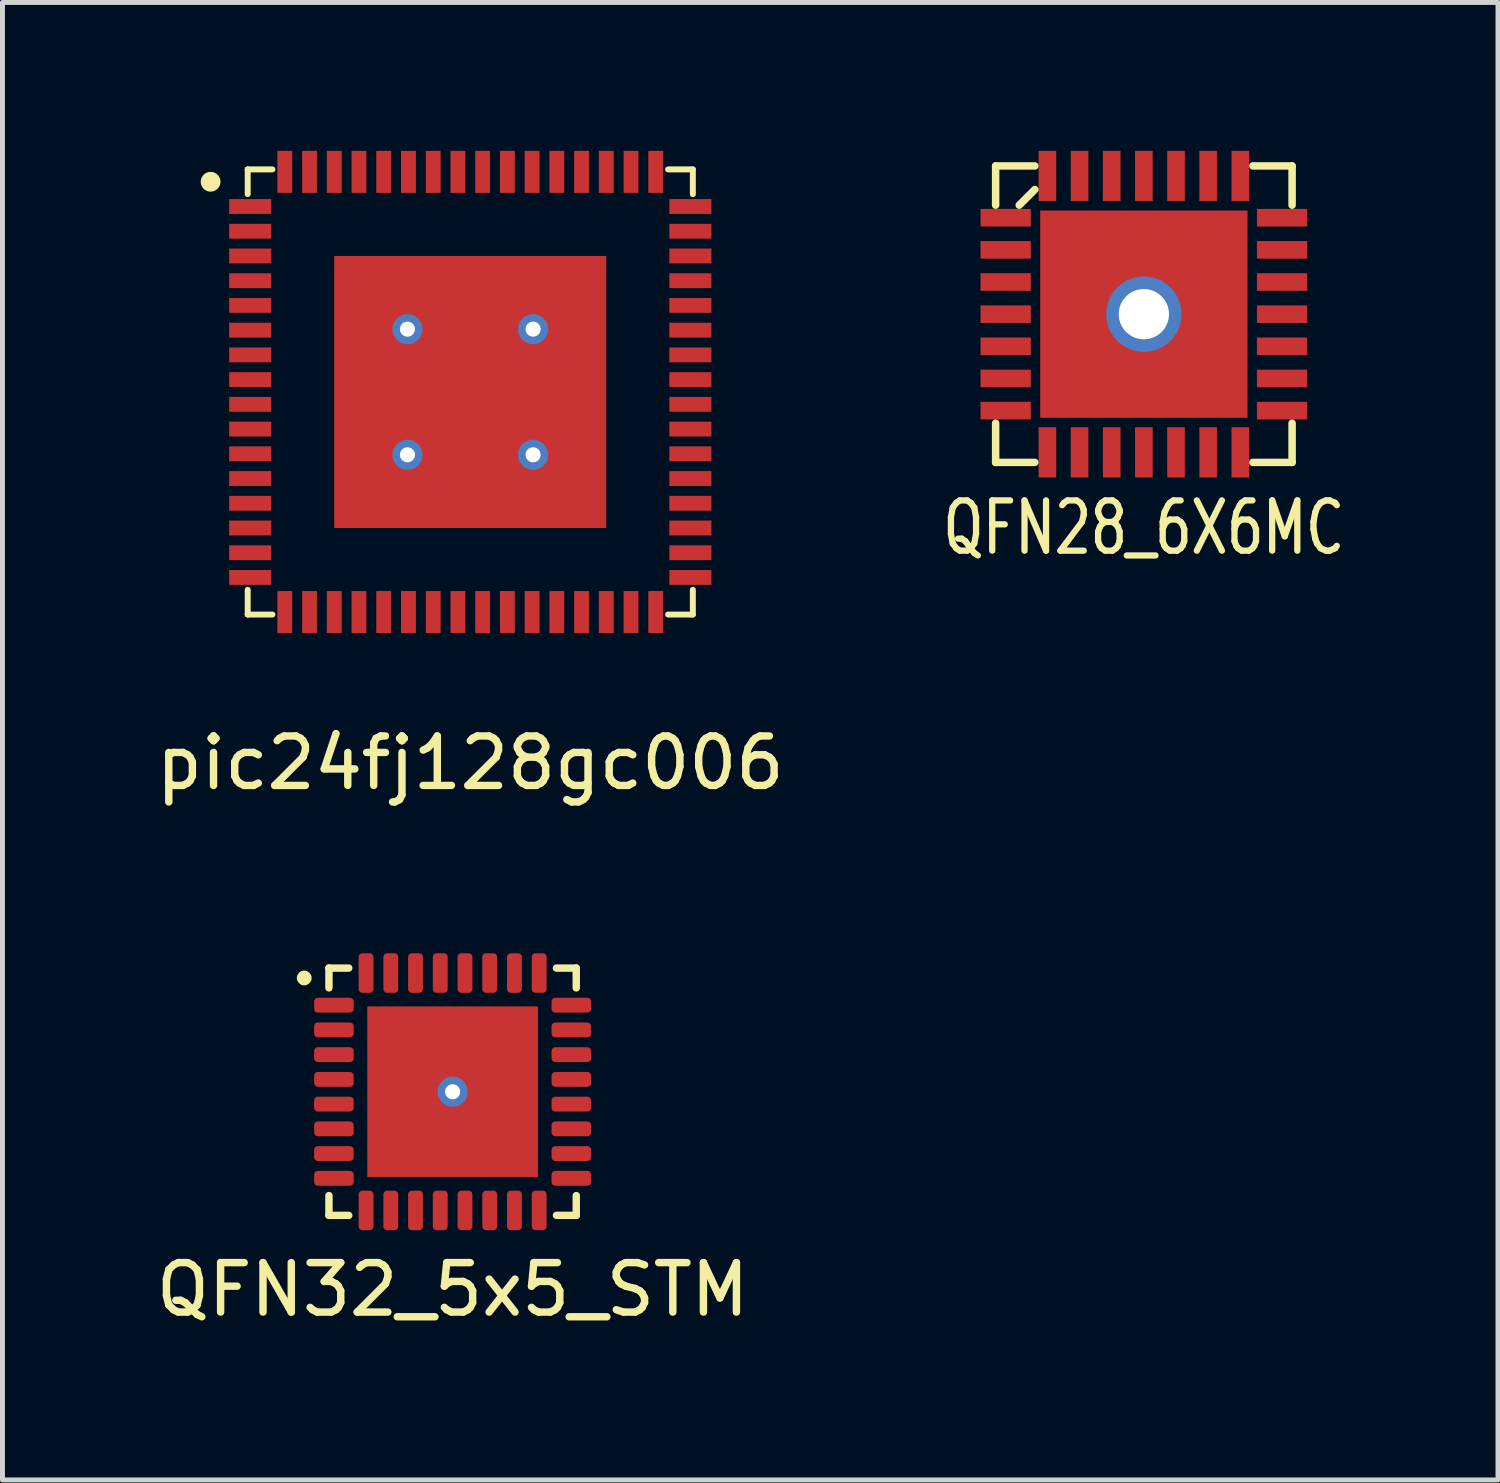
<source format=kicad_pcb>
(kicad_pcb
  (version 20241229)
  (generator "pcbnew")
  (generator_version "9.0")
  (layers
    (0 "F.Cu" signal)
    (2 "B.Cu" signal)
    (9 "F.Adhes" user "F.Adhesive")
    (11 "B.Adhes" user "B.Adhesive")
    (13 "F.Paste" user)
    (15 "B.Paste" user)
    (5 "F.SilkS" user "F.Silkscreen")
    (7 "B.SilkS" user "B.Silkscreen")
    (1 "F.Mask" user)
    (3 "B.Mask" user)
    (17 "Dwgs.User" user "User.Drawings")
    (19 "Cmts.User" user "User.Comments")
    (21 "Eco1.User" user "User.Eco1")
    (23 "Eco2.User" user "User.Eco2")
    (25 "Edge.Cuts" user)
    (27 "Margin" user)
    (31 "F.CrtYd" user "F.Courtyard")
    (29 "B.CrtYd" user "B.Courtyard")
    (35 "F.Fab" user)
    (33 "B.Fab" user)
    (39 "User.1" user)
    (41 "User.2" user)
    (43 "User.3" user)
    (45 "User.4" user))
  (footprint "QFN28_6X6MC"
    (layer "F.Cu")
    (at 20.077 3.302)
    (property "Reference" "QFN28_6X6MC" (at 0 4.318 0) (layer "F.SilkS") (effects (font (size 1.016 0.762) (thickness 0.127))))
    (attr smd)
    (fp_line (start -2.997 -2.997) (end -2.997 -2.204) (stroke (width 0.152) (type solid)) (layer "F.SilkS"))
    (fp_line (start -2.997 2.204) (end -2.997 2.997) (stroke (width 0.152) (type solid)) (layer "F.SilkS"))
    (fp_line (start -2.997 2.997) (end -2.204 2.997) (stroke (width 0.152) (type solid)) (layer "F.SilkS"))
    (fp_line (start -2.52 -2.204) (end -2.204 -2.52) (stroke (width 0.152) (type solid)) (layer "F.SilkS"))
    (fp_line (start -2.204 -2.997) (end -2.997 -2.997) (stroke (width 0.152) (type solid)) (layer "F.SilkS"))
    (fp_line (start 2.204 2.997) (end 2.997 2.997) (stroke (width 0.152) (type solid)) (layer "F.SilkS"))
    (fp_line (start 2.997 -2.997) (end 2.204 -2.997) (stroke (width 0.152) (type solid)) (layer "F.SilkS"))
    (fp_line (start 2.997 -2.204) (end 2.997 -2.997) (stroke (width 0.152) (type solid)) (layer "F.SilkS"))
    (fp_line (start 2.997 2.997) (end 2.997 2.204) (stroke (width 0.152) (type solid)) (layer "F.SilkS"))
    (pad "1" smd rect (at -2.794 -1.95) (size 1.016 0.356) (layers "F.Cu" "F.Mask" "F.Paste"))
    (pad "2" smd rect (at -2.794 -1.3) (size 1.016 0.356) (layers "F.Cu" "F.Mask" "F.Paste"))
    (pad "3" smd rect (at -2.794 -0.65) (size 1.016 0.356) (layers "F.Cu" "F.Mask" "F.Paste"))
    (pad "4" smd rect (at -2.794 0) (size 1.016 0.356) (layers "F.Cu" "F.Mask" "F.Paste"))
    (pad "5" smd rect (at -2.794 0.65) (size 1.016 0.356) (layers "F.Cu" "F.Mask" "F.Paste"))
    (pad "6" smd rect (at -2.794 1.3) (size 1.016 0.356) (layers "F.Cu" "F.Mask" "F.Paste"))
    (pad "7" smd rect (at -2.794 1.95) (size 1.016 0.356) (layers "F.Cu" "F.Mask" "F.Paste"))
    (pad "8" smd rect (at -1.95 2.794 270) (size 1.016 0.356) (layers "F.Cu" "F.Mask" "F.Paste"))
    (pad "9" smd rect (at -1.3 2.794 270) (size 1.016 0.356) (layers "F.Cu" "F.Mask" "F.Paste"))
    (pad "10" smd rect (at -0.65 2.794 270) (size 1.016 0.356) (layers "F.Cu" "F.Mask" "F.Paste"))
    (pad "11" smd rect (at 0 2.794 270) (size 1.016 0.356) (layers "F.Cu" "F.Mask" "F.Paste"))
    (pad "12" smd rect (at 0.65 2.794 270) (size 1.016 0.356) (layers "F.Cu" "F.Mask" "F.Paste"))
    (pad "13" smd rect (at 1.3 2.794 270) (size 1.016 0.356) (layers "F.Cu" "F.Mask" "F.Paste"))
    (pad "14" smd rect (at 1.95 2.794 270) (size 1.016 0.356) (layers "F.Cu" "F.Mask" "F.Paste"))
    (pad "15" smd rect (at 2.794 1.95) (size 1.016 0.356) (layers "F.Cu" "F.Mask" "F.Paste"))
    (pad "16" smd rect (at 2.794 1.3) (size 1.016 0.356) (layers "F.Cu" "F.Mask" "F.Paste"))
    (pad "17" smd rect (at 2.794 0.65) (size 1.016 0.356) (layers "F.Cu" "F.Mask" "F.Paste"))
    (pad "18" smd rect (at 2.794 0) (size 1.016 0.356) (layers "F.Cu" "F.Mask" "F.Paste"))
    (pad "19" smd rect (at 2.794 -0.65) (size 1.016 0.356) (layers "F.Cu" "F.Mask" "F.Paste"))
    (pad "20" smd rect (at 2.794 -1.3) (size 1.016 0.356) (layers "F.Cu" "F.Mask" "F.Paste"))
    (pad "21" smd rect (at 2.794 -1.95) (size 1.016 0.356) (layers "F.Cu" "F.Mask" "F.Paste"))
    (pad "22" smd rect (at 1.95 -2.794 270) (size 1.016 0.356) (layers "F.Cu" "F.Mask" "F.Paste"))
    (pad "23" smd rect (at 1.3 -2.794 270) (size 1.016 0.356) (layers "F.Cu" "F.Mask" "F.Paste"))
    (pad "24" smd rect (at 0.65 -2.794 270) (size 1.016 0.356) (layers "F.Cu" "F.Mask" "F.Paste"))
    (pad "25" smd rect (at 0 -2.794 270) (size 1.016 0.356) (layers "F.Cu" "F.Mask" "F.Paste"))
    (pad "26" smd rect (at -0.65 -2.794 270) (size 1.016 0.356) (layers "F.Cu" "F.Mask" "F.Paste"))
    (pad "27" smd rect (at -1.3 -2.794 270) (size 1.016 0.356) (layers "F.Cu" "F.Mask" "F.Paste"))
    (pad "28" smd rect (at -1.95 -2.794 270) (size 1.016 0.356) (layers "F.Cu" "F.Mask" "F.Paste"))
    (pad "29" thru_hole circle (at 0 0) (size 1.524 1.524) (drill 1.016) (layers "*.Cu" "*.Mask"))
    (pad "29" smd rect (at 0 0) (size 4.191 4.191) (layers "F.Cu" "F.Mask" "F.Paste")))
  (footprint "pic24fj128gc006"
    (layer "F.Cu")
    (at 6.458 4.875)
    (property "Reference" "pic24fj128gc006" (at 0 7.5 0) (layer "F.SilkS") (effects (font (size 1 1) (thickness 0.15))))
    (attr smd)
    (fp_line (start -4.5 -4.5) (end -4 -4.5) (stroke (width 0.12) (type solid)) (layer "F.SilkS"))
    (fp_line (start -4.5 -4) (end -4.5 -4.5) (stroke (width 0.12) (type solid)) (layer "F.SilkS"))
    (fp_line (start -4.5 4) (end -4.5 4.5) (stroke (width 0.12) (type solid)) (layer "F.SilkS"))
    (fp_line (start -4.5 4.5) (end -4 4.5) (stroke (width 0.12) (type solid)) (layer "F.SilkS"))
    (fp_line (start 4 -4.5) (end 4.5 -4.5) (stroke (width 0.12) (type solid)) (layer "F.SilkS"))
    (fp_line (start 4 4.5) (end 4.5 4.5) (stroke (width 0.12) (type solid)) (layer "F.SilkS"))
    (fp_line (start 4.5 -4) (end 4.5 -4.5) (stroke (width 0.12) (type solid)) (layer "F.SilkS"))
    (fp_line (start 4.5 4) (end 4.5 4.5) (stroke (width 0.12) (type solid)) (layer "F.SilkS"))
    (fp_circle (center -5.25 -4.25) (end -5.15 -4.25) (stroke (width 0.2) (type solid)) (fill no) (layer "F.SilkS"))
    (fp_poly (pts (xy -0.25 -0.25) (xy -2.5 -0.25) (xy -2.5 -2.5) (xy -0.25 -2.5)) (stroke (width 0.1) (type solid)) (fill yes) (layer "F.Paste"))
    (fp_poly (pts (xy -0.25 2.5) (xy -2.5 2.5) (xy -2.5 0.25) (xy -0.25 0.25)) (stroke (width 0.1) (type solid)) (fill yes) (layer "F.Paste"))
    (fp_poly (pts (xy 2.5 -0.25) (xy 0.25 -0.25) (xy 0.25 -2.5) (xy 2.5 -2.5)) (stroke (width 0.1) (type solid)) (fill yes) (layer "F.Paste"))
    (fp_poly (pts (xy 2.5 2.5) (xy 0.25 2.5) (xy 0.25 0.25) (xy 2.5 0.25)) (stroke (width 0.1) (type solid)) (fill yes) (layer "F.Paste"))
    (pad "1" smd rect (at -4.45 -3.75) (size 0.85 0.3) (layers "F.Cu" "F.Mask" "F.Paste"))
    (pad "2" smd rect (at -4.45 -3.25) (size 0.85 0.3) (layers "F.Cu" "F.Mask" "F.Paste"))
    (pad "3" smd rect (at -4.45 -2.75) (size 0.85 0.3) (layers "F.Cu" "F.Mask" "F.Paste"))
    (pad "4" smd rect (at -4.45 -2.25) (size 0.85 0.3) (layers "F.Cu" "F.Mask" "F.Paste"))
    (pad "5" smd rect (at -4.45 -1.75) (size 0.85 0.3) (layers "F.Cu" "F.Mask" "F.Paste"))
    (pad "6" smd rect (at -4.45 -1.25) (size 0.85 0.3) (layers "F.Cu" "F.Mask" "F.Paste"))
    (pad "7" smd rect (at -4.45 -0.75) (size 0.85 0.3) (layers "F.Cu" "F.Mask" "F.Paste"))
    (pad "8" smd rect (at -4.45 -0.25) (size 0.85 0.3) (layers "F.Cu" "F.Mask" "F.Paste"))
    (pad "9" smd rect (at -4.45 0.25) (size 0.85 0.3) (layers "F.Cu" "F.Mask" "F.Paste"))
    (pad "10" smd rect (at -4.45 0.75) (size 0.85 0.3) (layers "F.Cu" "F.Mask" "F.Paste"))
    (pad "11" smd rect (at -4.45 1.25) (size 0.85 0.3) (layers "F.Cu" "F.Mask" "F.Paste"))
    (pad "12" smd rect (at -4.45 1.75) (size 0.85 0.3) (layers "F.Cu" "F.Mask" "F.Paste"))
    (pad "13" smd rect (at -4.45 2.25) (size 0.85 0.3) (layers "F.Cu" "F.Mask" "F.Paste"))
    (pad "14" smd rect (at -4.45 2.75) (size 0.85 0.3) (layers "F.Cu" "F.Mask" "F.Paste"))
    (pad "15" smd rect (at -4.45 3.25) (size 0.85 0.3) (layers "F.Cu" "F.Mask" "F.Paste"))
    (pad "16" smd rect (at -4.45 3.75) (size 0.85 0.3) (layers "F.Cu" "F.Mask" "F.Paste"))
    (pad "17" smd rect (at -3.75 4.45 270) (size 0.85 0.3) (layers "F.Cu" "F.Mask" "F.Paste"))
    (pad "18" smd rect (at -3.25 4.45 270) (size 0.85 0.3) (layers "F.Cu" "F.Mask" "F.Paste"))
    (pad "19" smd rect (at -2.75 4.45 270) (size 0.85 0.3) (layers "F.Cu" "F.Mask" "F.Paste"))
    (pad "20" smd rect (at -2.25 4.45 270) (size 0.85 0.3) (layers "F.Cu" "F.Mask" "F.Paste"))
    (pad "21" smd rect (at -1.75 4.45 270) (size 0.85 0.3) (layers "F.Cu" "F.Mask" "F.Paste"))
    (pad "22" smd rect (at -1.25 4.45 270) (size 0.85 0.3) (layers "F.Cu" "F.Mask" "F.Paste"))
    (pad "23" smd rect (at -0.75 4.45 270) (size 0.85 0.3) (layers "F.Cu" "F.Mask" "F.Paste"))
    (pad "24" smd rect (at -0.25 4.45 270) (size 0.85 0.3) (layers "F.Cu" "F.Mask" "F.Paste"))
    (pad "25" smd rect (at 0.25 4.45 270) (size 0.85 0.3) (layers "F.Cu" "F.Mask" "F.Paste"))
    (pad "26" smd rect (at 0.75 4.45 270) (size 0.85 0.3) (layers "F.Cu" "F.Mask" "F.Paste"))
    (pad "27" smd rect (at 1.25 4.45 270) (size 0.85 0.3) (layers "F.Cu" "F.Mask" "F.Paste"))
    (pad "28" smd rect (at 1.75 4.45 270) (size 0.85 0.3) (layers "F.Cu" "F.Mask" "F.Paste"))
    (pad "29" smd rect (at 2.25 4.45 270) (size 0.85 0.3) (layers "F.Cu" "F.Mask" "F.Paste"))
    (pad "30" smd rect (at 2.75 4.45 270) (size 0.85 0.3) (layers "F.Cu" "F.Mask" "F.Paste"))
    (pad "31" smd rect (at 3.25 4.45 270) (size 0.85 0.3) (layers "F.Cu" "F.Mask" "F.Paste"))
    (pad "32" smd rect (at 3.75 4.45 270) (size 0.85 0.3) (layers "F.Cu" "F.Mask" "F.Paste"))
    (pad "33" smd rect (at 4.45 3.75) (size 0.85 0.3) (layers "F.Cu" "F.Mask" "F.Paste"))
    (pad "34" smd rect (at 4.45 3.25) (size 0.85 0.3) (layers "F.Cu" "F.Mask" "F.Paste"))
    (pad "35" smd rect (at 4.45 2.75) (size 0.85 0.3) (layers "F.Cu" "F.Mask" "F.Paste"))
    (pad "36" smd rect (at 4.45 2.25) (size 0.85 0.3) (layers "F.Cu" "F.Mask" "F.Paste"))
    (pad "37" smd rect (at 4.45 1.75) (size 0.85 0.3) (layers "F.Cu" "F.Mask" "F.Paste"))
    (pad "38" smd rect (at 4.45 1.25) (size 0.85 0.3) (layers "F.Cu" "F.Mask" "F.Paste"))
    (pad "39" smd rect (at 4.45 0.75) (size 0.85 0.3) (layers "F.Cu" "F.Mask" "F.Paste"))
    (pad "40" smd rect (at 4.45 0.25) (size 0.85 0.3) (layers "F.Cu" "F.Mask" "F.Paste"))
    (pad "41" smd rect (at 4.45 -0.25) (size 0.85 0.3) (layers "F.Cu" "F.Mask" "F.Paste"))
    (pad "42" smd rect (at 4.45 -0.75) (size 0.85 0.3) (layers "F.Cu" "F.Mask" "F.Paste"))
    (pad "43" smd rect (at 4.45 -1.25) (size 0.85 0.3) (layers "F.Cu" "F.Mask" "F.Paste"))
    (pad "44" smd rect (at 4.45 -1.75) (size 0.85 0.3) (layers "F.Cu" "F.Mask" "F.Paste"))
    (pad "45" smd rect (at 4.45 -2.25) (size 0.85 0.3) (layers "F.Cu" "F.Mask" "F.Paste"))
    (pad "46" smd rect (at 4.45 -2.75) (size 0.85 0.3) (layers "F.Cu" "F.Mask" "F.Paste"))
    (pad "47" smd rect (at 4.45 -3.25) (size 0.85 0.3) (layers "F.Cu" "F.Mask" "F.Paste"))
    (pad "48" smd rect (at 4.45 -3.75) (size 0.85 0.3) (layers "F.Cu" "F.Mask" "F.Paste"))
    (pad "49" smd rect (at 3.75 -4.45 90) (size 0.85 0.3) (layers "F.Cu" "F.Mask" "F.Paste"))
    (pad "50" smd rect (at 3.25 -4.45 90) (size 0.85 0.3) (layers "F.Cu" "F.Mask" "F.Paste"))
    (pad "51" smd rect (at 2.75 -4.45 90) (size 0.85 0.3) (layers "F.Cu" "F.Mask" "F.Paste"))
    (pad "52" smd rect (at 2.25 -4.45 90) (size 0.85 0.3) (layers "F.Cu" "F.Mask" "F.Paste"))
    (pad "53" smd rect (at 1.75 -4.45 90) (size 0.85 0.3) (layers "F.Cu" "F.Mask" "F.Paste"))
    (pad "54" smd rect (at 1.25 -4.45 90) (size 0.85 0.3) (layers "F.Cu" "F.Mask" "F.Paste"))
    (pad "55" smd rect (at 0.75 -4.45 90) (size 0.85 0.3) (layers "F.Cu" "F.Mask" "F.Paste"))
    (pad "56" smd rect (at 0.25 -4.45 90) (size 0.85 0.3) (layers "F.Cu" "F.Mask" "F.Paste"))
    (pad "57" smd rect (at -0.25 -4.45 90) (size 0.85 0.3) (layers "F.Cu" "F.Mask" "F.Paste"))
    (pad "58" smd rect (at -0.75 -4.45 90) (size 0.85 0.3) (layers "F.Cu" "F.Mask" "F.Paste"))
    (pad "59" smd rect (at -1.25 -4.45 90) (size 0.85 0.3) (layers "F.Cu" "F.Mask" "F.Paste"))
    (pad "60" smd rect (at -1.75 -4.45 90) (size 0.85 0.3) (layers "F.Cu" "F.Mask" "F.Paste"))
    (pad "61" smd rect (at -2.25 -4.45 90) (size 0.85 0.3) (layers "F.Cu" "F.Mask" "F.Paste"))
    (pad "62" smd rect (at -2.75 -4.45 90) (size 0.85 0.3) (layers "F.Cu" "F.Mask" "F.Paste"))
    (pad "63" smd rect (at -3.25 -4.45 90) (size 0.85 0.3) (layers "F.Cu" "F.Mask" "F.Paste"))
    (pad "64" smd rect (at -3.75 -4.45 90) (size 0.85 0.3) (layers "F.Cu" "F.Mask" "F.Paste"))
    (pad "65" thru_hole circle (at -1.27 -1.27) (size 0.61 0.61) (drill 0.305) (layers "*.Cu" "F.Mask"))
    (pad "65" thru_hole circle (at -1.27 1.27) (size 0.61 0.61) (drill 0.305) (layers "*.Cu" "F.Mask"))
    (pad "65" smd rect (at 0 0) (size 5.5 5.5) (layers "F.Cu" "F.Mask"))
    (pad "65" thru_hole circle (at 1.27 -1.27) (size 0.61 0.61) (drill 0.305) (layers "*.Cu" "F.Mask"))
    (pad "65" thru_hole circle (at 1.27 1.27) (size 0.61 0.61) (drill 0.305) (layers "*.Cu" "F.Mask")))
  (footprint "QFN32_5x5_STM"
    (layer "F.Cu")
    (at 6.101 19.023)
    (property "Reference" "QFN32_5x5_STM" (at 0 4 0) (layer "F.SilkS") (effects (font (size 1 1) (thickness 0.15))))
    (attr smd)
    (fp_line (start -2.5 -2.5) (end -2.5 -2.1) (stroke (width 0.15) (type solid)) (layer "F.SilkS"))
    (fp_line (start -2.5 -2.5) (end -2.1 -2.5) (stroke (width 0.15) (type solid)) (layer "F.SilkS"))
    (fp_line (start -2.5 2.5) (end -2.5 2.1) (stroke (width 0.15) (type solid)) (layer "F.SilkS"))
    (fp_line (start -2.5 2.5) (end -2.1 2.5) (stroke (width 0.15) (type solid)) (layer "F.SilkS"))
    (fp_line (start 2.5 -2.5) (end 2.1 -2.5) (stroke (width 0.15) (type solid)) (layer "F.SilkS"))
    (fp_line (start 2.5 -2.5) (end 2.5 -2.1) (stroke (width 0.15) (type solid)) (layer "F.SilkS"))
    (fp_line (start 2.5 2.5) (end 2.1 2.5) (stroke (width 0.15) (type solid)) (layer "F.SilkS"))
    (fp_line (start 2.5 2.5) (end 2.5 2.1) (stroke (width 0.15) (type solid)) (layer "F.SilkS"))
    (fp_circle (center -3 -2.3) (end -2.925 -2.3) (stroke (width 0.15) (type solid)) (fill no) (layer "F.SilkS"))
    (pad "1" smd roundrect (at -2.4 -1.75) (size 0.8 0.3) (layers "F.Cu" "F.Mask" "F.Paste") (roundrect_rratio 0.25))
    (pad "2" smd roundrect (at -2.4 -1.25) (size 0.8 0.3) (layers "F.Cu" "F.Mask" "F.Paste") (roundrect_rratio 0.25))
    (pad "3" smd roundrect (at -2.4 -0.75) (size 0.8 0.3) (layers "F.Cu" "F.Mask" "F.Paste") (roundrect_rratio 0.25))
    (pad "4" smd roundrect (at -2.4 -0.25) (size 0.8 0.3) (layers "F.Cu" "F.Mask" "F.Paste") (roundrect_rratio 0.25))
    (pad "5" smd roundrect (at -2.4 0.25) (size 0.8 0.3) (layers "F.Cu" "F.Mask" "F.Paste") (roundrect_rratio 0.25))
    (pad "6" smd roundrect (at -2.4 0.75) (size 0.8 0.3) (layers "F.Cu" "F.Mask" "F.Paste") (roundrect_rratio 0.25))
    (pad "7" smd roundrect (at -2.4 1.25) (size 0.8 0.3) (layers "F.Cu" "F.Mask" "F.Paste") (roundrect_rratio 0.25))
    (pad "8" smd roundrect (at -2.4 1.75) (size 0.8 0.3) (layers "F.Cu" "F.Mask" "F.Paste") (roundrect_rratio 0.25))
    (pad "9" smd roundrect (at -1.75 2.4) (size 0.3 0.8) (layers "F.Cu" "F.Mask" "F.Paste") (roundrect_rratio 0.25))
    (pad "10" smd roundrect (at -1.25 2.4) (size 0.3 0.8) (layers "F.Cu" "F.Mask" "F.Paste") (roundrect_rratio 0.25))
    (pad "11" smd roundrect (at -0.75 2.4) (size 0.3 0.8) (layers "F.Cu" "F.Mask" "F.Paste") (roundrect_rratio 0.25))
    (pad "12" smd roundrect (at -0.25 2.4) (size 0.3 0.8) (layers "F.Cu" "F.Mask" "F.Paste") (roundrect_rratio 0.25))
    (pad "13" smd roundrect (at 0.25 2.4) (size 0.3 0.8) (layers "F.Cu" "F.Mask" "F.Paste") (roundrect_rratio 0.25))
    (pad "14" smd roundrect (at 0.75 2.4) (size 0.3 0.8) (layers "F.Cu" "F.Mask" "F.Paste") (roundrect_rratio 0.25))
    (pad "15" smd roundrect (at 1.25 2.4) (size 0.3 0.8) (layers "F.Cu" "F.Mask" "F.Paste") (roundrect_rratio 0.25))
    (pad "16" smd roundrect (at 1.75 2.4) (size 0.3 0.8) (layers "F.Cu" "F.Mask" "F.Paste") (roundrect_rratio 0.25))
    (pad "17" smd roundrect (at 2.4 1.75) (size 0.8 0.3) (layers "F.Cu" "F.Mask" "F.Paste") (roundrect_rratio 0.25))
    (pad "18" smd roundrect (at 2.4 1.25) (size 0.8 0.3) (layers "F.Cu" "F.Mask" "F.Paste") (roundrect_rratio 0.25))
    (pad "19" smd roundrect (at 2.4 0.75) (size 0.8 0.3) (layers "F.Cu" "F.Mask" "F.Paste") (roundrect_rratio 0.25))
    (pad "20" smd roundrect (at 2.4 0.25) (size 0.8 0.3) (layers "F.Cu" "F.Mask" "F.Paste") (roundrect_rratio 0.25))
    (pad "21" smd roundrect (at 2.4 -0.25) (size 0.8 0.3) (layers "F.Cu" "F.Mask" "F.Paste") (roundrect_rratio 0.25))
    (pad "22" smd roundrect (at 2.4 -0.75) (size 0.8 0.3) (layers "F.Cu" "F.Mask" "F.Paste") (roundrect_rratio 0.25))
    (pad "23" smd roundrect (at 2.4 -1.25) (size 0.8 0.3) (layers "F.Cu" "F.Mask" "F.Paste") (roundrect_rratio 0.25))
    (pad "24" smd roundrect (at 2.4 -1.75) (size 0.8 0.3) (layers "F.Cu" "F.Mask" "F.Paste") (roundrect_rratio 0.25))
    (pad "25" smd roundrect (at 1.75 -2.4) (size 0.3 0.8) (layers "F.Cu" "F.Mask" "F.Paste") (roundrect_rratio 0.25))
    (pad "26" smd roundrect (at 1.25 -2.4) (size 0.3 0.8) (layers "F.Cu" "F.Mask" "F.Paste") (roundrect_rratio 0.25))
    (pad "27" smd roundrect (at 0.75 -2.4) (size 0.3 0.8) (layers "F.Cu" "F.Mask" "F.Paste") (roundrect_rratio 0.25))
    (pad "28" smd roundrect (at 0.25 -2.4) (size 0.3 0.8) (layers "F.Cu" "F.Mask" "F.Paste") (roundrect_rratio 0.25))
    (pad "29" smd roundrect (at -0.25 -2.4) (size 0.3 0.8) (layers "F.Cu" "F.Mask" "F.Paste") (roundrect_rratio 0.25))
    (pad "30" smd roundrect (at -0.75 -2.4) (size 0.3 0.8) (layers "F.Cu" "F.Mask" "F.Paste") (roundrect_rratio 0.25))
    (pad "31" smd roundrect (at -1.25 -2.4) (size 0.3 0.8) (layers "F.Cu" "F.Mask" "F.Paste") (roundrect_rratio 0.25))
    (pad "32" smd roundrect (at -1.75 -2.4) (size 0.3 0.8) (layers "F.Cu" "F.Mask" "F.Paste") (roundrect_rratio 0.25))
    (pad "33" thru_hole circle (at 0 0) (size 0.61 0.61) (drill 0.305) (layers "*.Cu" "*.Mask"))
    (pad "33" smd rect (at 0 0) (size 3.45 3.45) (layers "F.Cu" "F.Mask" "F.Paste")))
  (gr_rect
    (start -3 -3)
    (end 27.237 26.872)
    (stroke (width 0.1) (type default))
    (fill no)
    (layer "Edge.Cuts")))
</source>
